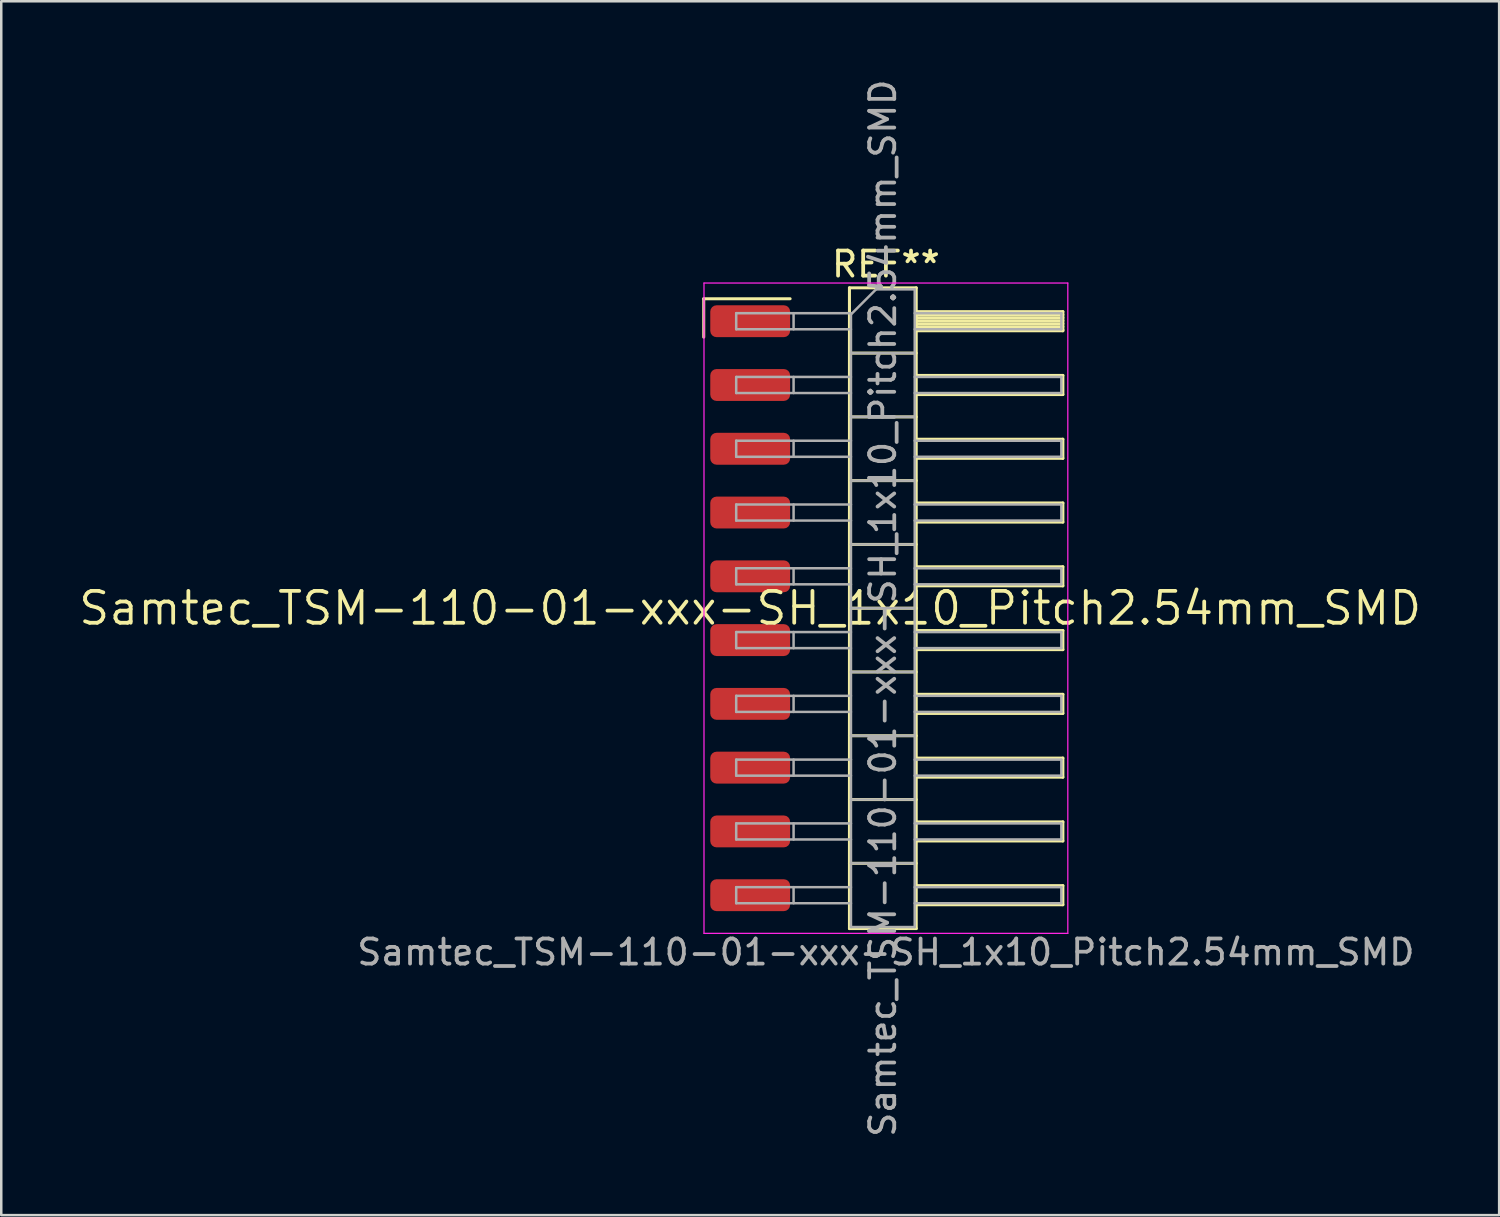
<source format=kicad_pcb>
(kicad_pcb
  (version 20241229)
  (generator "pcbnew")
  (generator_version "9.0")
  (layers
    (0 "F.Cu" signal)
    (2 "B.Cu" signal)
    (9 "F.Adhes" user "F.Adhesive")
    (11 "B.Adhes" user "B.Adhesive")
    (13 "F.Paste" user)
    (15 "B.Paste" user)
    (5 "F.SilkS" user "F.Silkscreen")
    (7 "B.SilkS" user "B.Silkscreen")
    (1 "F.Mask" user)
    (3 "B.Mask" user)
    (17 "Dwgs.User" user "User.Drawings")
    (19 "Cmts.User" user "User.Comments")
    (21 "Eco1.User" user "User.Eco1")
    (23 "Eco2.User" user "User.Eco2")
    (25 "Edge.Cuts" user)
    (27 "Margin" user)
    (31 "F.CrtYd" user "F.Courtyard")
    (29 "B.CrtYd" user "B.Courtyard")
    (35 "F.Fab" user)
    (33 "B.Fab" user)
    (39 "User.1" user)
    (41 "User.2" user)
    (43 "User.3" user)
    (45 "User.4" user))
  (footprint "Samtec_TSM-110-01-xxx-SH_1x10_Pitch2.54mm_SMD"
    (layer "F.Cu")
    (at 26.828 21.173)
    (property "Reference" "Samtec_TSM-110-01-xxx-SH_1x10_Pitch2.54mm_SMD" (at 0 0 0) (layer "F.SilkS") (effects (font (size 1.27 1.27) (thickness 0.15))))
    (attr smd)
    (fp_line (start -1.85 -12.325) (end 1.59 -12.325) (stroke (width 0.12) (type solid)) (layer "F.SilkS"))
    (fp_line (start -1.85 -10.795) (end -1.85 -12.325) (stroke (width 0.12) (type solid)) (layer "F.SilkS"))
    (fp_line (start 3.953 -12.76) (end 6.613 -12.76) (stroke (width 0.12) (type solid)) (layer "F.SilkS"))
    (fp_line (start 3.953 -10.16) (end 6.613 -10.16) (stroke (width 0.12) (type solid)) (layer "F.SilkS"))
    (fp_line (start 3.953 -7.62) (end 6.613 -7.62) (stroke (width 0.12) (type solid)) (layer "F.SilkS"))
    (fp_line (start 3.953 -5.08) (end 6.613 -5.08) (stroke (width 0.12) (type solid)) (layer "F.SilkS"))
    (fp_line (start 3.953 -2.54) (end 6.613 -2.54) (stroke (width 0.12) (type solid)) (layer "F.SilkS"))
    (fp_line (start 3.953 0) (end 6.613 0) (stroke (width 0.12) (type solid)) (layer "F.SilkS"))
    (fp_line (start 3.953 2.54) (end 6.613 2.54) (stroke (width 0.12) (type solid)) (layer "F.SilkS"))
    (fp_line (start 3.953 5.08) (end 6.613 5.08) (stroke (width 0.12) (type solid)) (layer "F.SilkS"))
    (fp_line (start 3.953 7.62) (end 6.613 7.62) (stroke (width 0.12) (type solid)) (layer "F.SilkS"))
    (fp_line (start 3.953 10.16) (end 6.613 10.16) (stroke (width 0.12) (type solid)) (layer "F.SilkS"))
    (fp_line (start 3.953 12.76) (end 3.953 -12.76) (stroke (width 0.12) (type solid)) (layer "F.SilkS"))
    (fp_line (start 6.613 -12.76) (end 6.613 12.76) (stroke (width 0.12) (type solid)) (layer "F.SilkS"))
    (fp_line (start 6.613 -11.81) (end 12.453 -11.81) (stroke (width 0.12) (type solid)) (layer "F.SilkS"))
    (fp_line (start 6.613 -11.69) (end 12.453 -11.69) (stroke (width 0.12) (type solid)) (layer "F.SilkS"))
    (fp_line (start 6.613 -11.57) (end 12.453 -11.57) (stroke (width 0.12) (type solid)) (layer "F.SilkS"))
    (fp_line (start 6.613 -11.45) (end 12.453 -11.45) (stroke (width 0.12) (type solid)) (layer "F.SilkS"))
    (fp_line (start 6.613 -11.33) (end 12.453 -11.33) (stroke (width 0.12) (type solid)) (layer "F.SilkS"))
    (fp_line (start 6.613 -11.21) (end 12.453 -11.21) (stroke (width 0.12) (type solid)) (layer "F.SilkS"))
    (fp_line (start 6.613 -11.09) (end 12.453 -11.09) (stroke (width 0.12) (type solid)) (layer "F.SilkS"))
    (fp_line (start 6.613 -11.05) (end 12.453 -11.05) (stroke (width 0.12) (type solid)) (layer "F.SilkS"))
    (fp_line (start 6.613 -9.27) (end 12.453 -9.27) (stroke (width 0.12) (type solid)) (layer "F.SilkS"))
    (fp_line (start 6.613 -8.51) (end 12.453 -8.51) (stroke (width 0.12) (type solid)) (layer "F.SilkS"))
    (fp_line (start 6.613 -6.73) (end 12.453 -6.73) (stroke (width 0.12) (type solid)) (layer "F.SilkS"))
    (fp_line (start 6.613 -5.97) (end 12.453 -5.97) (stroke (width 0.12) (type solid)) (layer "F.SilkS"))
    (fp_line (start 6.613 -4.19) (end 12.453 -4.19) (stroke (width 0.12) (type solid)) (layer "F.SilkS"))
    (fp_line (start 6.613 -3.43) (end 12.453 -3.43) (stroke (width 0.12) (type solid)) (layer "F.SilkS"))
    (fp_line (start 6.613 -1.65) (end 12.453 -1.65) (stroke (width 0.12) (type solid)) (layer "F.SilkS"))
    (fp_line (start 6.613 -0.89) (end 12.453 -0.89) (stroke (width 0.12) (type solid)) (layer "F.SilkS"))
    (fp_line (start 6.613 0.89) (end 12.453 0.89) (stroke (width 0.12) (type solid)) (layer "F.SilkS"))
    (fp_line (start 6.613 1.65) (end 12.453 1.65) (stroke (width 0.12) (type solid)) (layer "F.SilkS"))
    (fp_line (start 6.613 3.43) (end 12.453 3.43) (stroke (width 0.12) (type solid)) (layer "F.SilkS"))
    (fp_line (start 6.613 4.19) (end 12.453 4.19) (stroke (width 0.12) (type solid)) (layer "F.SilkS"))
    (fp_line (start 6.613 5.97) (end 12.453 5.97) (stroke (width 0.12) (type solid)) (layer "F.SilkS"))
    (fp_line (start 6.613 6.73) (end 12.453 6.73) (stroke (width 0.12) (type solid)) (layer "F.SilkS"))
    (fp_line (start 6.613 8.51) (end 12.453 8.51) (stroke (width 0.12) (type solid)) (layer "F.SilkS"))
    (fp_line (start 6.613 9.27) (end 12.453 9.27) (stroke (width 0.12) (type solid)) (layer "F.SilkS"))
    (fp_line (start 6.613 11.05) (end 12.453 11.05) (stroke (width 0.12) (type solid)) (layer "F.SilkS"))
    (fp_line (start 6.613 11.81) (end 12.453 11.81) (stroke (width 0.12) (type solid)) (layer "F.SilkS"))
    (fp_line (start 6.613 12.76) (end 3.953 12.76) (stroke (width 0.12) (type solid)) (layer "F.SilkS"))
    (fp_line (start 12.453 -11.81) (end 12.453 -11.05) (stroke (width 0.12) (type solid)) (layer "F.SilkS"))
    (fp_line (start 12.453 -9.27) (end 12.453 -8.51) (stroke (width 0.12) (type solid)) (layer "F.SilkS"))
    (fp_line (start 12.453 -6.73) (end 12.453 -5.97) (stroke (width 0.12) (type solid)) (layer "F.SilkS"))
    (fp_line (start 12.453 -4.19) (end 12.453 -3.43) (stroke (width 0.12) (type solid)) (layer "F.SilkS"))
    (fp_line (start 12.453 -1.65) (end 12.453 -0.89) (stroke (width 0.12) (type solid)) (layer "F.SilkS"))
    (fp_line (start 12.453 0.89) (end 12.453 1.65) (stroke (width 0.12) (type solid)) (layer "F.SilkS"))
    (fp_line (start 12.453 3.43) (end 12.453 4.19) (stroke (width 0.12) (type solid)) (layer "F.SilkS"))
    (fp_line (start 12.453 5.97) (end 12.453 6.73) (stroke (width 0.12) (type solid)) (layer "F.SilkS"))
    (fp_line (start 12.453 8.51) (end 12.453 9.27) (stroke (width 0.12) (type solid)) (layer "F.SilkS"))
    (fp_line (start 12.453 11.05) (end 12.453 11.81) (stroke (width 0.12) (type solid)) (layer "F.SilkS"))
    (fp_line (start -1.84 -12.95) (end 12.65 -12.95) (stroke (width 0.05) (type solid)) (layer "F.CrtYd"))
    (fp_line (start -1.84 12.95) (end -1.84 -12.95) (stroke (width 0.05) (type solid)) (layer "F.CrtYd"))
    (fp_line (start 12.65 -12.95) (end 12.65 12.95) (stroke (width 0.05) (type solid)) (layer "F.CrtYd"))
    (fp_line (start 12.65 12.95) (end -1.84 12.95) (stroke (width 0.05) (type solid)) (layer "F.CrtYd"))
    (fp_line (start -0.557 -11.75) (end -0.557 -11.11) (stroke (width 0.1) (type solid)) (layer "F.Fab"))
    (fp_line (start -0.557 -11.75) (end 4.013 -11.75) (stroke (width 0.1) (type solid)) (layer "F.Fab"))
    (fp_line (start -0.557 -11.11) (end 4.013 -11.11) (stroke (width 0.1) (type solid)) (layer "F.Fab"))
    (fp_line (start -0.557 -9.21) (end -0.557 -8.57) (stroke (width 0.1) (type solid)) (layer "F.Fab"))
    (fp_line (start -0.557 -9.21) (end 4.013 -9.21) (stroke (width 0.1) (type solid)) (layer "F.Fab"))
    (fp_line (start -0.557 -8.57) (end 4.013 -8.57) (stroke (width 0.1) (type solid)) (layer "F.Fab"))
    (fp_line (start -0.557 -6.67) (end -0.557 -6.03) (stroke (width 0.1) (type solid)) (layer "F.Fab"))
    (fp_line (start -0.557 -6.67) (end 4.013 -6.67) (stroke (width 0.1) (type solid)) (layer "F.Fab"))
    (fp_line (start -0.557 -6.03) (end 4.013 -6.03) (stroke (width 0.1) (type solid)) (layer "F.Fab"))
    (fp_line (start -0.557 -4.13) (end -0.557 -3.49) (stroke (width 0.1) (type solid)) (layer "F.Fab"))
    (fp_line (start -0.557 -4.13) (end 4.013 -4.13) (stroke (width 0.1) (type solid)) (layer "F.Fab"))
    (fp_line (start -0.557 -3.49) (end 4.013 -3.49) (stroke (width 0.1) (type solid)) (layer "F.Fab"))
    (fp_line (start -0.557 -1.59) (end -0.557 -0.95) (stroke (width 0.1) (type solid)) (layer "F.Fab"))
    (fp_line (start -0.557 -1.59) (end 4.013 -1.59) (stroke (width 0.1) (type solid)) (layer "F.Fab"))
    (fp_line (start -0.557 -0.95) (end 4.013 -0.95) (stroke (width 0.1) (type solid)) (layer "F.Fab"))
    (fp_line (start -0.557 0.95) (end -0.557 1.59) (stroke (width 0.1) (type solid)) (layer "F.Fab"))
    (fp_line (start -0.557 0.95) (end 4.013 0.95) (stroke (width 0.1) (type solid)) (layer "F.Fab"))
    (fp_line (start -0.557 1.59) (end 4.013 1.59) (stroke (width 0.1) (type solid)) (layer "F.Fab"))
    (fp_line (start -0.557 3.49) (end -0.557 4.13) (stroke (width 0.1) (type solid)) (layer "F.Fab"))
    (fp_line (start -0.557 3.49) (end 4.013 3.49) (stroke (width 0.1) (type solid)) (layer "F.Fab"))
    (fp_line (start -0.557 4.13) (end 4.013 4.13) (stroke (width 0.1) (type solid)) (layer "F.Fab"))
    (fp_line (start -0.557 6.03) (end -0.557 6.67) (stroke (width 0.1) (type solid)) (layer "F.Fab"))
    (fp_line (start -0.557 6.03) (end 4.013 6.03) (stroke (width 0.1) (type solid)) (layer "F.Fab"))
    (fp_line (start -0.557 6.67) (end 4.013 6.67) (stroke (width 0.1) (type solid)) (layer "F.Fab"))
    (fp_line (start -0.557 8.57) (end -0.557 9.21) (stroke (width 0.1) (type solid)) (layer "F.Fab"))
    (fp_line (start -0.557 8.57) (end 4.013 8.57) (stroke (width 0.1) (type solid)) (layer "F.Fab"))
    (fp_line (start -0.557 9.21) (end 4.013 9.21) (stroke (width 0.1) (type solid)) (layer "F.Fab"))
    (fp_line (start -0.557 11.11) (end -0.557 11.75) (stroke (width 0.1) (type solid)) (layer "F.Fab"))
    (fp_line (start -0.557 11.11) (end 4.013 11.11) (stroke (width 0.1) (type solid)) (layer "F.Fab"))
    (fp_line (start -0.557 11.75) (end 4.013 11.75) (stroke (width 0.1) (type solid)) (layer "F.Fab"))
    (fp_line (start 1.728 -11.75) (end 1.728 -11.11) (stroke (width 0.1) (type solid)) (layer "F.Fab"))
    (fp_line (start 1.728 -9.21) (end 1.728 -8.57) (stroke (width 0.1) (type solid)) (layer "F.Fab"))
    (fp_line (start 1.728 -6.67) (end 1.728 -6.03) (stroke (width 0.1) (type solid)) (layer "F.Fab"))
    (fp_line (start 1.728 -4.13) (end 1.728 -3.49) (stroke (width 0.1) (type solid)) (layer "F.Fab"))
    (fp_line (start 1.728 -1.59) (end 1.728 -0.95) (stroke (width 0.1) (type solid)) (layer "F.Fab"))
    (fp_line (start 1.728 0.95) (end 1.728 1.59) (stroke (width 0.1) (type solid)) (layer "F.Fab"))
    (fp_line (start 1.728 3.49) (end 1.728 4.13) (stroke (width 0.1) (type solid)) (layer "F.Fab"))
    (fp_line (start 1.728 6.03) (end 1.728 6.67) (stroke (width 0.1) (type solid)) (layer "F.Fab"))
    (fp_line (start 1.728 8.57) (end 1.728 9.21) (stroke (width 0.1) (type solid)) (layer "F.Fab"))
    (fp_line (start 1.728 11.11) (end 1.728 11.75) (stroke (width 0.1) (type solid)) (layer "F.Fab"))
    (fp_line (start 4.013 -11.7) (end 5.013 -12.7) (stroke (width 0.1) (type solid)) (layer "F.Fab"))
    (fp_line (start 4.013 -10.16) (end 6.553 -10.16) (stroke (width 0.1) (type solid)) (layer "F.Fab"))
    (fp_line (start 4.013 -7.62) (end 6.553 -7.62) (stroke (width 0.1) (type solid)) (layer "F.Fab"))
    (fp_line (start 4.013 -5.08) (end 6.553 -5.08) (stroke (width 0.1) (type solid)) (layer "F.Fab"))
    (fp_line (start 4.013 -2.54) (end 6.553 -2.54) (stroke (width 0.1) (type solid)) (layer "F.Fab"))
    (fp_line (start 4.013 0) (end 6.553 0) (stroke (width 0.1) (type solid)) (layer "F.Fab"))
    (fp_line (start 4.013 2.54) (end 6.553 2.54) (stroke (width 0.1) (type solid)) (layer "F.Fab"))
    (fp_line (start 4.013 5.08) (end 6.553 5.08) (stroke (width 0.1) (type solid)) (layer "F.Fab"))
    (fp_line (start 4.013 7.62) (end 6.553 7.62) (stroke (width 0.1) (type solid)) (layer "F.Fab"))
    (fp_line (start 4.013 10.16) (end 6.553 10.16) (stroke (width 0.1) (type solid)) (layer "F.Fab"))
    (fp_line (start 4.013 12.7) (end 4.013 -11.7) (stroke (width 0.1) (type solid)) (layer "F.Fab"))
    (fp_line (start 5.013 -12.7) (end 6.553 -12.7) (stroke (width 0.1) (type solid)) (layer "F.Fab"))
    (fp_line (start 6.553 -12.7) (end 6.553 12.7) (stroke (width 0.1) (type solid)) (layer "F.Fab"))
    (fp_line (start 6.553 -11.75) (end 12.393 -11.75) (stroke (width 0.1) (type solid)) (layer "F.Fab"))
    (fp_line (start 6.553 -11.11) (end 12.393 -11.11) (stroke (width 0.1) (type solid)) (layer "F.Fab"))
    (fp_line (start 6.553 -9.21) (end 12.393 -9.21) (stroke (width 0.1) (type solid)) (layer "F.Fab"))
    (fp_line (start 6.553 -8.57) (end 12.393 -8.57) (stroke (width 0.1) (type solid)) (layer "F.Fab"))
    (fp_line (start 6.553 -6.67) (end 12.393 -6.67) (stroke (width 0.1) (type solid)) (layer "F.Fab"))
    (fp_line (start 6.553 -6.03) (end 12.393 -6.03) (stroke (width 0.1) (type solid)) (layer "F.Fab"))
    (fp_line (start 6.553 -4.13) (end 12.393 -4.13) (stroke (width 0.1) (type solid)) (layer "F.Fab"))
    (fp_line (start 6.553 -3.49) (end 12.393 -3.49) (stroke (width 0.1) (type solid)) (layer "F.Fab"))
    (fp_line (start 6.553 -1.59) (end 12.393 -1.59) (stroke (width 0.1) (type solid)) (layer "F.Fab"))
    (fp_line (start 6.553 -0.95) (end 12.393 -0.95) (stroke (width 0.1) (type solid)) (layer "F.Fab"))
    (fp_line (start 6.553 0.95) (end 12.393 0.95) (stroke (width 0.1) (type solid)) (layer "F.Fab"))
    (fp_line (start 6.553 1.59) (end 12.393 1.59) (stroke (width 0.1) (type solid)) (layer "F.Fab"))
    (fp_line (start 6.553 3.49) (end 12.393 3.49) (stroke (width 0.1) (type solid)) (layer "F.Fab"))
    (fp_line (start 6.553 4.13) (end 12.393 4.13) (stroke (width 0.1) (type solid)) (layer "F.Fab"))
    (fp_line (start 6.553 6.03) (end 12.393 6.03) (stroke (width 0.1) (type solid)) (layer "F.Fab"))
    (fp_line (start 6.553 6.67) (end 12.393 6.67) (stroke (width 0.1) (type solid)) (layer "F.Fab"))
    (fp_line (start 6.553 8.57) (end 12.393 8.57) (stroke (width 0.1) (type solid)) (layer "F.Fab"))
    (fp_line (start 6.553 9.21) (end 12.393 9.21) (stroke (width 0.1) (type solid)) (layer "F.Fab"))
    (fp_line (start 6.553 11.11) (end 12.393 11.11) (stroke (width 0.1) (type solid)) (layer "F.Fab"))
    (fp_line (start 6.553 11.75) (end 12.393 11.75) (stroke (width 0.1) (type solid)) (layer "F.Fab"))
    (fp_line (start 6.553 12.7) (end 4.013 12.7) (stroke (width 0.1) (type solid)) (layer "F.Fab"))
    (fp_line (start 12.393 -11.75) (end 12.393 -11.11) (stroke (width 0.1) (type solid)) (layer "F.Fab"))
    (fp_line (start 12.393 -9.21) (end 12.393 -8.57) (stroke (width 0.1) (type solid)) (layer "F.Fab"))
    (fp_line (start 12.393 -6.67) (end 12.393 -6.03) (stroke (width 0.1) (type solid)) (layer "F.Fab"))
    (fp_line (start 12.393 -4.13) (end 12.393 -3.49) (stroke (width 0.1) (type solid)) (layer "F.Fab"))
    (fp_line (start 12.393 -1.59) (end 12.393 -0.95) (stroke (width 0.1) (type solid)) (layer "F.Fab"))
    (fp_line (start 12.393 0.95) (end 12.393 1.59) (stroke (width 0.1) (type solid)) (layer "F.Fab"))
    (fp_line (start 12.393 3.49) (end 12.393 4.13) (stroke (width 0.1) (type solid)) (layer "F.Fab"))
    (fp_line (start 12.393 6.03) (end 12.393 6.67) (stroke (width 0.1) (type solid)) (layer "F.Fab"))
    (fp_line (start 12.393 8.57) (end 12.393 9.21) (stroke (width 0.1) (type solid)) (layer "F.Fab"))
    (fp_line (start 12.393 11.11) (end 12.393 11.75) (stroke (width 0.1) (type solid)) (layer "F.Fab"))
    (fp_text user "REF**" (at 5.405 -13.7 0) (layer "F.SilkS") (effects (font (size 1 1) (thickness 0.15))))
    (fp_text user "Samtec_TSM-110-01-xxx-SH_1x10_Pitch2.54mm_SMD" (at 5.405 13.7 0) (layer "F.Fab") (effects (font (size 1 1) (thickness 0.15))))
    (fp_text user "${REFERENCE}" (at 5.283 0 90) (layer "F.Fab") (effects (font (size 1 1) (thickness 0.15))))
    (pad "1" smd roundrect (at 0 -11.43) (size 3.18 1.27) (layers "F.Cu" "F.Mask" "F.Paste") (roundrect_rratio 0.197))
    (pad "2" smd roundrect (at 0 -8.89) (size 3.18 1.27) (layers "F.Cu" "F.Mask" "F.Paste") (roundrect_rratio 0.197))
    (pad "3" smd roundrect (at 0 -6.35) (size 3.18 1.27) (layers "F.Cu" "F.Mask" "F.Paste") (roundrect_rratio 0.197))
    (pad "4" smd roundrect (at 0 -3.81) (size 3.18 1.27) (layers "F.Cu" "F.Mask" "F.Paste") (roundrect_rratio 0.197))
    (pad "5" smd roundrect (at 0 -1.27) (size 3.18 1.27) (layers "F.Cu" "F.Mask" "F.Paste") (roundrect_rratio 0.197))
    (pad "6" smd roundrect (at 0 1.27) (size 3.18 1.27) (layers "F.Cu" "F.Mask" "F.Paste") (roundrect_rratio 0.197))
    (pad "7" smd roundrect (at 0 3.81) (size 3.18 1.27) (layers "F.Cu" "F.Mask" "F.Paste") (roundrect_rratio 0.197))
    (pad "8" smd roundrect (at 0 6.35) (size 3.18 1.27) (layers "F.Cu" "F.Mask" "F.Paste") (roundrect_rratio 0.197))
    (pad "9" smd roundrect (at 0 8.89) (size 3.18 1.27) (layers "F.Cu" "F.Mask" "F.Paste") (roundrect_rratio 0.197))
    (pad "10" smd roundrect (at 0 11.43) (size 3.18 1.27) (layers "F.Cu" "F.Mask" "F.Paste") (roundrect_rratio 0.197)))
  (gr_rect
    (start -3 -3)
    (end 56.657 45.345)
    (stroke (width 0.1) (type default))
    (fill no)
    (layer "Edge.Cuts")))
</source>
